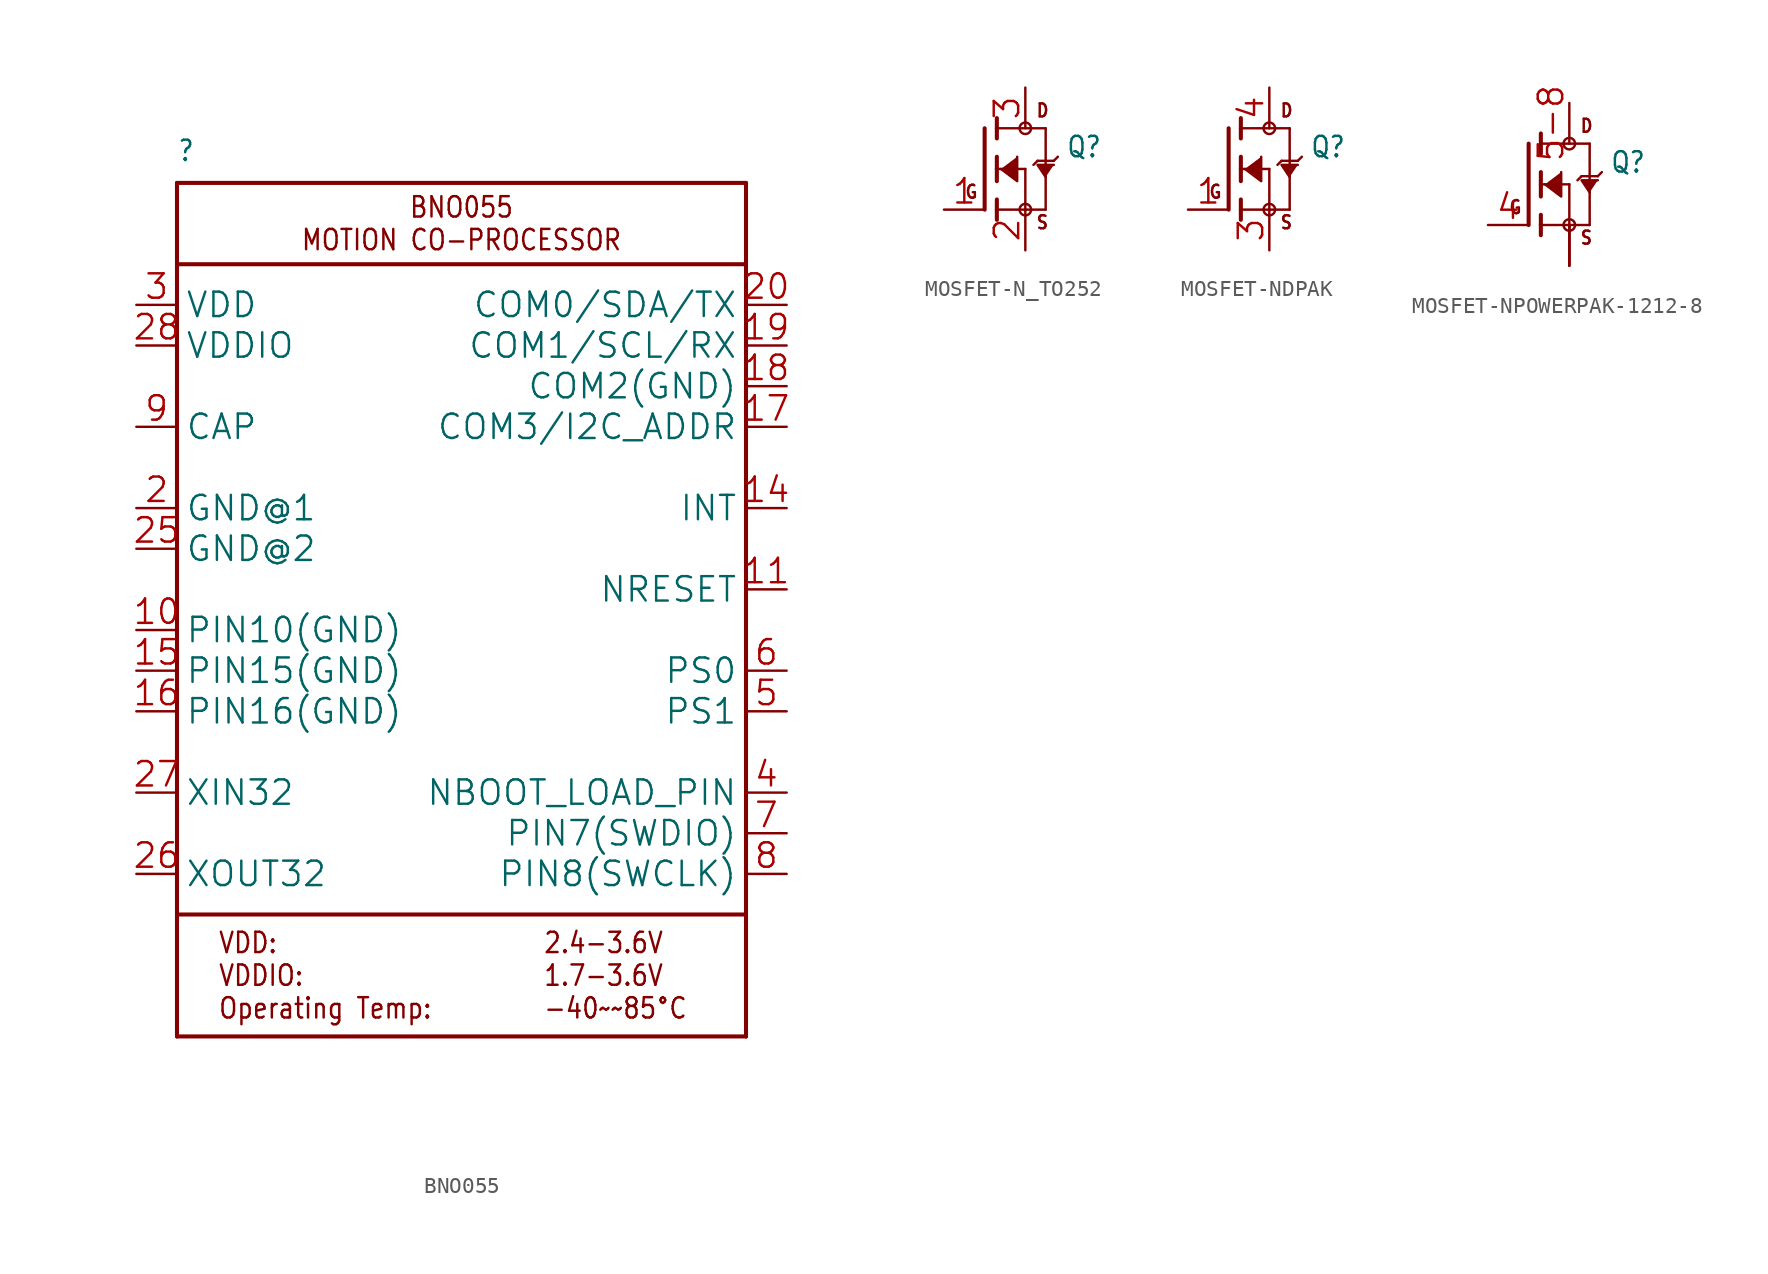
<source format=kicad_sym>
(kicad_symbol_lib
  (version 20241209)
  (generator "kicad_symbol_editor")
  (generator_version "9.0")
  (symbol "BNO055"
    (property "Reference" ""
      (at -17.78 26.67 0)
      (effects (font (size 1.27 1.079)) (justify left bottom)))
    (property "Value" ""
      (at -17.78 -30.48 0)
      (effects (font (size 1.27 1.079)) (justify left bottom)))
    (property "ki_locked" ""
      (at 0 0 0)
      (effects (font (size 1.27 1.27))))
    (symbol "BNO055_1_0"
      (polyline (pts (xy -17.78 25.4) (xy 17.78 25.4)) (stroke (width 0.254) (type solid)) (fill (type none)))
      (polyline (pts (xy -17.78 20.32) (xy -17.78 25.4)) (stroke (width 0.254) (type solid)) (fill (type none)))
      (polyline (pts (xy -17.78 20.32) (xy 17.78 20.32)) (stroke (width 0.254) (type solid)) (fill (type none)))
      (polyline (pts (xy -17.78 -20.32) (xy -17.78 20.32)) (stroke (width 0.254) (type solid)) (fill (type none)))
      (polyline (pts (xy -17.78 -20.32) (xy -17.78 -27.94)) (stroke (width 0.254) (type solid)) (fill (type none)))
      (polyline (pts (xy -17.78 -27.94) (xy 17.78 -27.94)) (stroke (width 0.254) (type solid)) (fill (type none)))
      (polyline (pts (xy 17.78 25.4) (xy 17.78 20.32)) (stroke (width 0.254) (type solid)) (fill (type none)))
      (polyline (pts (xy 17.78 20.32) (xy 17.78 -20.32)) (stroke (width 0.254) (type solid)) (fill (type none)))
      (polyline (pts (xy 17.78 -20.32) (xy -17.78 -20.32)) (stroke (width 0.254) (type solid)) (fill (type none)))
      (polyline (pts (xy 17.78 -27.94) (xy 17.78 -20.32)) (stroke (width 0.254) (type solid)) (fill (type none)))
      (text "VDD:\nVDDIO:\nOperating Temp:" (at -15.24 -24.13 0) (effects (font (size 1.27 1.079)) (justify left)))
      (text "BNO055\nMOTION CO-PROCESSOR" (at 0 22.86 0) (effects (font (size 1.27 1.079))))
      (text "2.4-3.6V\n1.7-3.6V\n-40~~85°C" (at 5.08 -24.13 0) (effects (font (size 1.27 1.079)) (justify left)))
      (pin power_in line (at -20.32 17.78 0) (length 2.54) (name "VDD" (effects (font (size 1.524 1.524)))) (number "3" (effects (font (size 1.524 1.524)))))
      (pin power_in line (at -20.32 15.24 0) (length 2.54) (name "VDDIO" (effects (font (size 1.524 1.524)))) (number "28" (effects (font (size 1.524 1.524)))))
      (pin passive line (at -20.32 10.16 0) (length 2.54) (name "CAP" (effects (font (size 1.524 1.524)))) (number "9" (effects (font (size 1.524 1.524)))))
      (pin power_in line (at -20.32 5.08 0) (length 2.54) (name "GND@1" (effects (font (size 1.524 1.524)))) (number "2" (effects (font (size 1.524 1.524)))))
      (pin power_in line (at -20.32 2.54 0) (length 2.54) (name "GND@2" (effects (font (size 1.524 1.524)))) (number "25" (effects (font (size 1.524 1.524)))))
      (pin bidirectional line (at -20.32 -2.54 0) (length 2.54) (name "PIN10(GND)" (effects (font (size 1.524 1.524)))) (number "10" (effects (font (size 1.524 1.524)))))
      (pin bidirectional line (at -20.32 -5.08 0) (length 2.54) (name "PIN15(GND)" (effects (font (size 1.524 1.524)))) (number "15" (effects (font (size 1.524 1.524)))))
      (pin bidirectional line (at -20.32 -7.62 0) (length 2.54) (name "PIN16(GND)" (effects (font (size 1.524 1.524)))) (number "16" (effects (font (size 1.524 1.524)))))
      (pin input line (at -20.32 -12.7 0) (length 2.54) (name "XIN32" (effects (font (size 1.524 1.524)))) (number "27" (effects (font (size 1.524 1.524)))))
      (pin output line (at -20.32 -17.78 0) (length 2.54) (name "XOUT32" (effects (font (size 1.524 1.524)))) (number "26" (effects (font (size 1.524 1.524)))))
      (pin bidirectional line (at 20.32 17.78 180) (length 2.54) (name "COM0/SDA/TX" (effects (font (size 1.524 1.524)))) (number "20" (effects (font (size 1.524 1.524)))))
      (pin bidirectional line (at 20.32 15.24 180) (length 2.54) (name "COM1/SCL/RX" (effects (font (size 1.524 1.524)))) (number "19" (effects (font (size 1.524 1.524)))))
      (pin bidirectional line (at 20.32 12.7 180) (length 2.54) (name "COM2(GND)" (effects (font (size 1.524 1.524)))) (number "18" (effects (font (size 1.524 1.524)))))
      (pin bidirectional line (at 20.32 10.16 180) (length 2.54) (name "COM3/I2C_ADDR" (effects (font (size 1.524 1.524)))) (number "17" (effects (font (size 1.524 1.524)))))
      (pin output line (at 20.32 5.08 180) (length 2.54) (name "INT" (effects (font (size 1.524 1.524)))) (number "14" (effects (font (size 1.524 1.524)))))
      (pin bidirectional line (at 20.32 0 180) (length 2.54) (name "NRESET" (effects (font (size 1.524 1.524)))) (number "11" (effects (font (size 1.524 1.524)))))
      (pin input line (at 20.32 -5.08 180) (length 2.54) (name "PS0" (effects (font (size 1.524 1.524)))) (number "6" (effects (font (size 1.524 1.524)))))
      (pin input line (at 20.32 -7.62 180) (length 2.54) (name "PS1" (effects (font (size 1.524 1.524)))) (number "5" (effects (font (size 1.524 1.524)))))
      (pin bidirectional line (at 20.32 -12.7 180) (length 2.54) (name "NBOOT_LOAD_PIN" (effects (font (size 1.524 1.524)))) (number "4" (effects (font (size 1.524 1.524)))))
      (pin bidirectional line (at 20.32 -15.24 180) (length 2.54) (name "PIN7(SWDIO)" (effects (font (size 1.524 1.524)))) (number "7" (effects (font (size 1.524 1.524)))))
      (pin bidirectional line (at 20.32 -17.78 180) (length 2.54) (name "PIN8(SWCLK)" (effects (font (size 1.524 1.524)))) (number "8" (effects (font (size 1.524 1.524)))))))
  (symbol "MOSFET-N_TO252"
    (property "Reference" "Q"
      (at 5.08 0.635 0)
      (effects (font (size 1.27 1.079)) (justify left bottom)))
    (property "Value" ""
      (at 5.08 -1.27 0)
      (effects (font (size 1.27 1.079)) (justify left bottom)))
    (property "ki_locked" ""
      (at 0 0 0)
      (effects (font (size 1.27 1.27))))
    (symbol "MOSFET-N_TO252_1_0"
      (polyline (pts (xy 0 2.54) (xy 0 -2.54)) (stroke (width 0.254) (type solid)) (fill (type none)))
      (polyline (pts (xy 0.762 3.175) (xy 0.762 2.54)) (stroke (width 0.254) (type solid)) (fill (type none)))
      (polyline (pts (xy 0.762 2.54) (xy 0.762 1.905)) (stroke (width 0.254) (type solid)) (fill (type none)))
      (polyline (pts (xy 0.762 2.54) (xy 3.81 2.54)) (stroke (width 0.152) (type solid)) (fill (type none)))
      (polyline (pts (xy 0.762 0.762) (xy 0.762 0)) (stroke (width 0.254) (type solid)) (fill (type none)))
      (polyline (pts (xy 0.762 0) (xy 0.762 -0.762)) (stroke (width 0.254) (type solid)) (fill (type none)))
      (polyline (pts (xy 0.762 0) (xy 2.54 0)) (stroke (width 0.152) (type solid)) (fill (type none)))
      (polyline (pts (xy 0.762 -1.905) (xy 0.762 -2.54)) (stroke (width 0.254) (type solid)) (fill (type none)))
      (polyline (pts (xy 0.762 -2.54) (xy 0.762 -3.175)) (stroke (width 0.254) (type solid)) (fill (type none)))
      (polyline (pts (xy 1.016 0) (xy 2.032 -0.762) (xy 2.032 0.762)) (stroke (width 0.152) (type solid)) (fill (type outline)))
      (circle (center 2.54 2.54) (radius 0.359) (stroke (width 0) (type solid)) (fill (type none)))
      (polyline (pts (xy 2.54 0) (xy 2.54 -2.54)) (stroke (width 0.152) (type solid)) (fill (type none)))
      (polyline (pts (xy 2.54 -2.54) (xy 0.762 -2.54)) (stroke (width 0.152) (type solid)) (fill (type none)))
      (polyline (pts (xy 2.54 -2.54) (xy 3.81 -2.54)) (stroke (width 0.152) (type solid)) (fill (type none)))
      (circle (center 2.54 -2.54) (radius 0.359) (stroke (width 0) (type solid)) (fill (type none)))
      (polyline (pts (xy 3.302 0.508) (xy 3.048 0.254)) (stroke (width 0.152) (type solid)) (fill (type none)))
      (polyline (pts (xy 3.81 2.54) (xy 3.81 0.508)) (stroke (width 0.152) (type solid)) (fill (type none)))
      (polyline (pts (xy 3.81 0.508) (xy 3.302 0.508)) (stroke (width 0.152) (type solid)) (fill (type none)))
      (polyline (pts (xy 3.81 0.508) (xy 3.81 -2.54)) (stroke (width 0.152) (type solid)) (fill (type none)))
      (polyline (pts (xy 3.81 -0.508) (xy 3.302 0.254) (xy 4.318 0.254)) (stroke (width 0.152) (type solid)) (fill (type outline)))
      (polyline (pts (xy 4.318 0.508) (xy 3.81 0.508)) (stroke (width 0.152) (type solid)) (fill (type none)))
      (polyline (pts (xy 4.572 0.762) (xy 4.318 0.508)) (stroke (width 0.152) (type solid)) (fill (type none)))
      (text "G" (at -1.27 -1.905 0) (effects (font (size 0.813 0.691)) (justify left bottom)))
      (text "D" (at 3.175 3.175 0) (effects (font (size 0.813 0.691)) (justify left bottom)))
      (text "S" (at 3.175 -3.81 0) (effects (font (size 0.813 0.691)) (justify left bottom)))
      (pin bidirectional line (at -2.54 -2.54 0) (length 2.54) (name "G" (effects (font (size 0 0)))) (number "1" (effects (font (size 1.524 1.524)))))
      (pin bidirectional line (at 2.54 5.08 270) (length 2.54) (name "D" (effects (font (size 0 0)))) (number "3" (effects (font (size 1.524 1.524)))))
      (pin bidirectional line (at 2.54 -5.08 90) (length 2.54) (name "S" (effects (font (size 0 0)))) (number "2" (effects (font (size 1.524 1.524)))))))
  (symbol "MOSFET-NDPAK"
    (property "Reference" "Q"
      (at 5.08 0.635 0)
      (effects (font (size 1.27 1.079)) (justify left bottom)))
    (property "Value" ""
      (at 5.08 -1.27 0)
      (effects (font (size 1.27 1.079)) (justify left bottom)))
    (property "ki_locked" ""
      (at 0 0 0)
      (effects (font (size 1.27 1.27))))
    (symbol "MOSFET-NDPAK_1_0"
      (polyline (pts (xy 0 2.54) (xy 0 -2.54)) (stroke (width 0.254) (type solid)) (fill (type none)))
      (polyline (pts (xy 0.762 3.175) (xy 0.762 2.54)) (stroke (width 0.254) (type solid)) (fill (type none)))
      (polyline (pts (xy 0.762 2.54) (xy 0.762 1.905)) (stroke (width 0.254) (type solid)) (fill (type none)))
      (polyline (pts (xy 0.762 2.54) (xy 3.81 2.54)) (stroke (width 0.152) (type solid)) (fill (type none)))
      (polyline (pts (xy 0.762 0.762) (xy 0.762 0)) (stroke (width 0.254) (type solid)) (fill (type none)))
      (polyline (pts (xy 0.762 0) (xy 0.762 -0.762)) (stroke (width 0.254) (type solid)) (fill (type none)))
      (polyline (pts (xy 0.762 0) (xy 2.54 0)) (stroke (width 0.152) (type solid)) (fill (type none)))
      (polyline (pts (xy 0.762 -1.905) (xy 0.762 -2.54)) (stroke (width 0.254) (type solid)) (fill (type none)))
      (polyline (pts (xy 0.762 -2.54) (xy 0.762 -3.175)) (stroke (width 0.254) (type solid)) (fill (type none)))
      (polyline (pts (xy 1.016 0) (xy 2.032 -0.762) (xy 2.032 0.762)) (stroke (width 0.152) (type solid)) (fill (type outline)))
      (circle (center 2.54 2.54) (radius 0.359) (stroke (width 0) (type solid)) (fill (type none)))
      (polyline (pts (xy 2.54 0) (xy 2.54 -2.54)) (stroke (width 0.152) (type solid)) (fill (type none)))
      (polyline (pts (xy 2.54 -2.54) (xy 0.762 -2.54)) (stroke (width 0.152) (type solid)) (fill (type none)))
      (polyline (pts (xy 2.54 -2.54) (xy 3.81 -2.54)) (stroke (width 0.152) (type solid)) (fill (type none)))
      (circle (center 2.54 -2.54) (radius 0.359) (stroke (width 0) (type solid)) (fill (type none)))
      (polyline (pts (xy 3.302 0.508) (xy 3.048 0.254)) (stroke (width 0.152) (type solid)) (fill (type none)))
      (polyline (pts (xy 3.81 2.54) (xy 3.81 0.508)) (stroke (width 0.152) (type solid)) (fill (type none)))
      (polyline (pts (xy 3.81 0.508) (xy 3.302 0.508)) (stroke (width 0.152) (type solid)) (fill (type none)))
      (polyline (pts (xy 3.81 0.508) (xy 3.81 -2.54)) (stroke (width 0.152) (type solid)) (fill (type none)))
      (polyline (pts (xy 3.81 -0.508) (xy 3.302 0.254) (xy 4.318 0.254)) (stroke (width 0.152) (type solid)) (fill (type outline)))
      (polyline (pts (xy 4.318 0.508) (xy 3.81 0.508)) (stroke (width 0.152) (type solid)) (fill (type none)))
      (polyline (pts (xy 4.572 0.762) (xy 4.318 0.508)) (stroke (width 0.152) (type solid)) (fill (type none)))
      (text "G" (at -1.27 -1.905 0) (effects (font (size 0.813 0.691)) (justify left bottom)))
      (text "D" (at 3.175 3.175 0) (effects (font (size 0.813 0.691)) (justify left bottom)))
      (text "S" (at 3.175 -3.81 0) (effects (font (size 0.813 0.691)) (justify left bottom)))
      (pin bidirectional line (at -2.54 -2.54 0) (length 2.54) (name "G" (effects (font (size 0 0)))) (number "1" (effects (font (size 1.524 1.524)))))
      (pin bidirectional line (at 2.54 5.08 270) (length 2.54) (name "D" (effects (font (size 0 0)))) (number "4" (effects (font (size 1.524 1.524)))))
      (pin bidirectional line (at 2.54 -5.08 90) (length 2.54) (name "S" (effects (font (size 0 0)))) (number "3" (effects (font (size 1.524 1.524)))))))
  (symbol "MOSFET-NPOWERPAK-1212-8"
    (property "Reference" "Q"
      (at 5.08 0.635 0)
      (effects (font (size 1.27 1.079)) (justify left bottom)))
    (property "Value" ""
      (at 5.08 -1.27 0)
      (effects (font (size 1.27 1.079)) (justify left bottom)))
    (property "ki_locked" ""
      (at 0 0 0)
      (effects (font (size 1.27 1.27))))
    (symbol "MOSFET-NPOWERPAK-1212-8_1_0"
      (polyline (pts (xy 0 2.54) (xy 0 -2.54)) (stroke (width 0.254) (type solid)) (fill (type none)))
      (polyline (pts (xy 0.762 3.175) (xy 0.762 2.54)) (stroke (width 0.254) (type solid)) (fill (type none)))
      (polyline (pts (xy 0.762 2.54) (xy 0.762 1.905)) (stroke (width 0.254) (type solid)) (fill (type none)))
      (polyline (pts (xy 0.762 2.54) (xy 3.81 2.54)) (stroke (width 0.152) (type solid)) (fill (type none)))
      (polyline (pts (xy 0.762 0.762) (xy 0.762 0)) (stroke (width 0.254) (type solid)) (fill (type none)))
      (polyline (pts (xy 0.762 0) (xy 0.762 -0.762)) (stroke (width 0.254) (type solid)) (fill (type none)))
      (polyline (pts (xy 0.762 0) (xy 2.54 0)) (stroke (width 0.152) (type solid)) (fill (type none)))
      (polyline (pts (xy 0.762 -1.905) (xy 0.762 -2.54)) (stroke (width 0.254) (type solid)) (fill (type none)))
      (polyline (pts (xy 0.762 -2.54) (xy 0.762 -3.175)) (stroke (width 0.254) (type solid)) (fill (type none)))
      (polyline (pts (xy 1.016 0) (xy 2.032 -0.762) (xy 2.032 0.762)) (stroke (width 0.152) (type solid)) (fill (type outline)))
      (circle (center 2.54 2.54) (radius 0.359) (stroke (width 0) (type solid)) (fill (type none)))
      (polyline (pts (xy 2.54 0) (xy 2.54 -2.54)) (stroke (width 0.152) (type solid)) (fill (type none)))
      (polyline (pts (xy 2.54 -2.54) (xy 0.762 -2.54)) (stroke (width 0.152) (type solid)) (fill (type none)))
      (polyline (pts (xy 2.54 -2.54) (xy 3.81 -2.54)) (stroke (width 0.152) (type solid)) (fill (type none)))
      (circle (center 2.54 -2.54) (radius 0.359) (stroke (width 0) (type solid)) (fill (type none)))
      (polyline (pts (xy 3.302 0.508) (xy 3.048 0.254)) (stroke (width 0.152) (type solid)) (fill (type none)))
      (polyline (pts (xy 3.81 2.54) (xy 3.81 0.508)) (stroke (width 0.152) (type solid)) (fill (type none)))
      (polyline (pts (xy 3.81 0.508) (xy 3.302 0.508)) (stroke (width 0.152) (type solid)) (fill (type none)))
      (polyline (pts (xy 3.81 0.508) (xy 3.81 -2.54)) (stroke (width 0.152) (type solid)) (fill (type none)))
      (polyline (pts (xy 3.81 -0.508) (xy 3.302 0.254) (xy 4.318 0.254)) (stroke (width 0.152) (type solid)) (fill (type outline)))
      (polyline (pts (xy 4.318 0.508) (xy 3.81 0.508)) (stroke (width 0.152) (type solid)) (fill (type none)))
      (polyline (pts (xy 4.572 0.762) (xy 4.318 0.508)) (stroke (width 0.152) (type solid)) (fill (type none)))
      (text "G" (at -1.27 -1.905 0) (effects (font (size 0.813 0.691)) (justify left bottom)))
      (text "D" (at 3.175 3.175 0) (effects (font (size 0.813 0.691)) (justify left bottom)))
      (text "S" (at 3.175 -3.81 0) (effects (font (size 0.813 0.691)) (justify left bottom)))
      (pin bidirectional line (at -2.54 -2.54 0) (length 2.54) (name "G" (effects (font (size 0 0)))) (number "4" (effects (font (size 1.524 1.524)))))
      (pin bidirectional line (at 2.54 5.08 270) (length 2.54) (name "D" (effects (font (size 0 0)))) (number "5-8" (effects (font (size 1.524 1.524)))))
      (pin bidirectional line (at 2.54 -5.08 90) (length 2.54) (name "S" (effects (font (size 0 0)))) (number "1" (effects (font (size 0 0)))))
      (pin bidirectional line (at 2.54 -5.08 90) (length 2.54) (name "S" (effects (font (size 0 0)))) (number "2" (effects (font (size 0 0)))))
      (pin bidirectional line (at 2.54 -5.08 90) (length 2.54) (name "S" (effects (font (size 0 0)))) (number "3" (effects (font (size 0 0))))))))
</source>
